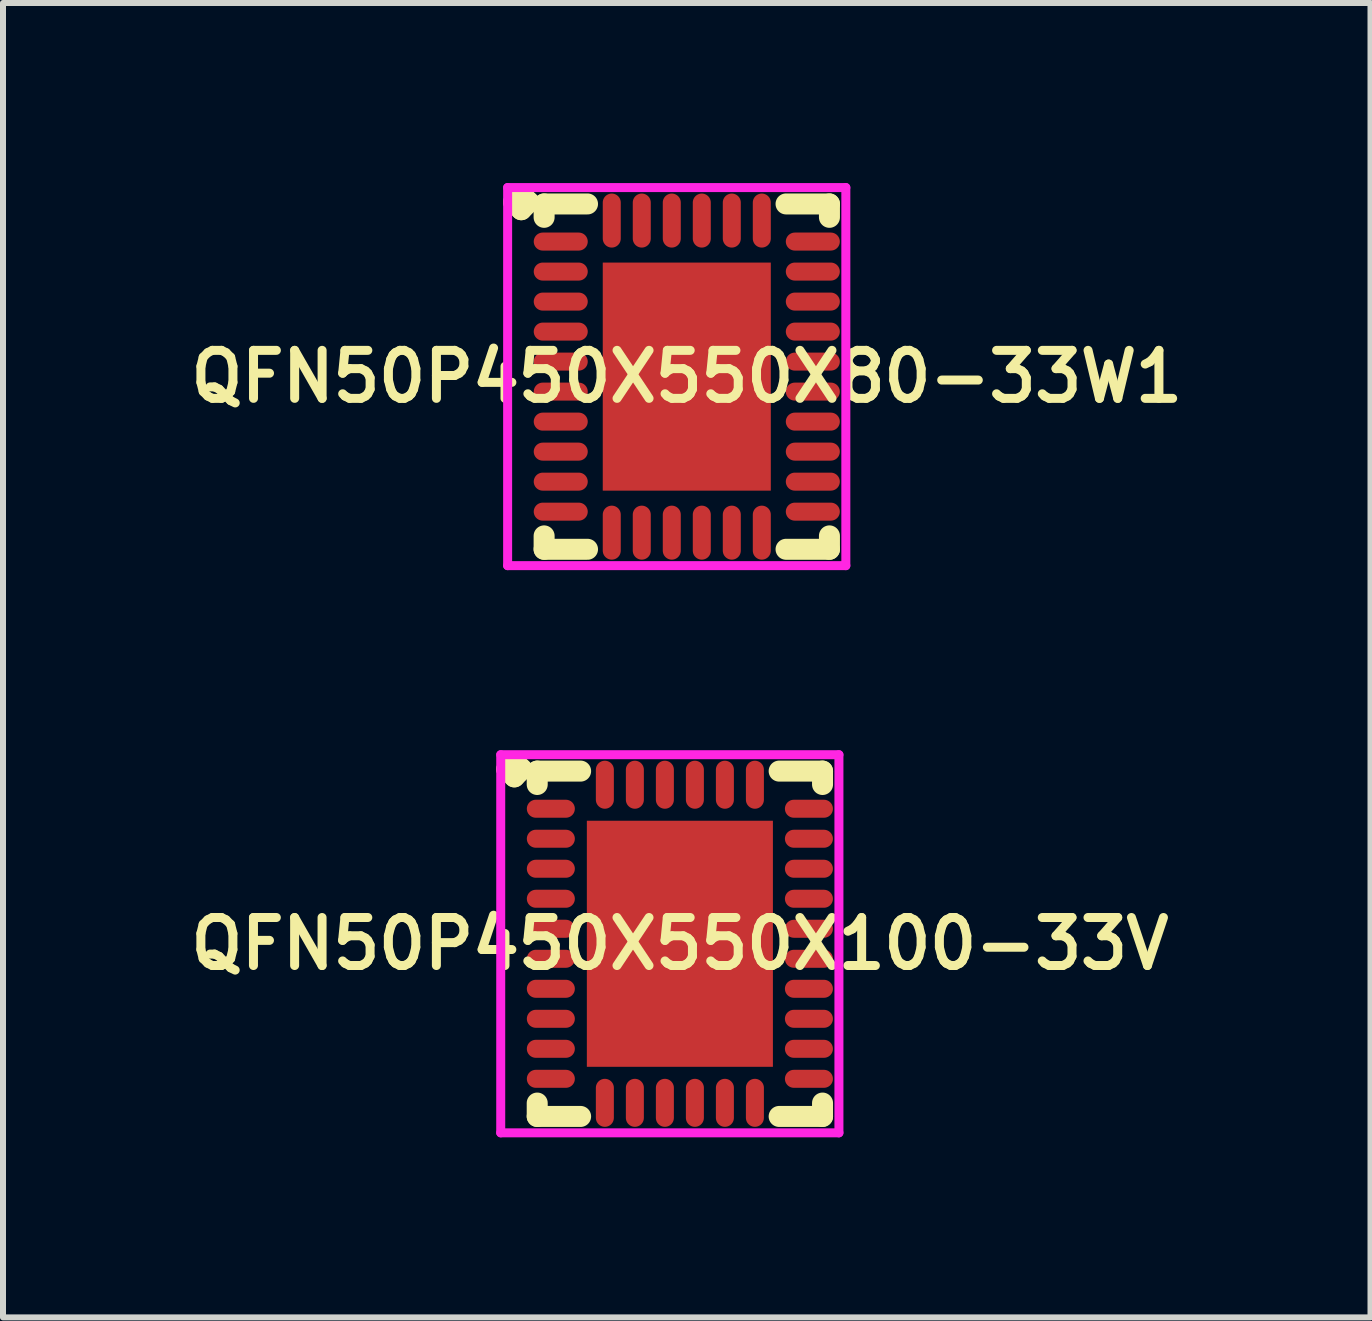
<source format=kicad_pcb>
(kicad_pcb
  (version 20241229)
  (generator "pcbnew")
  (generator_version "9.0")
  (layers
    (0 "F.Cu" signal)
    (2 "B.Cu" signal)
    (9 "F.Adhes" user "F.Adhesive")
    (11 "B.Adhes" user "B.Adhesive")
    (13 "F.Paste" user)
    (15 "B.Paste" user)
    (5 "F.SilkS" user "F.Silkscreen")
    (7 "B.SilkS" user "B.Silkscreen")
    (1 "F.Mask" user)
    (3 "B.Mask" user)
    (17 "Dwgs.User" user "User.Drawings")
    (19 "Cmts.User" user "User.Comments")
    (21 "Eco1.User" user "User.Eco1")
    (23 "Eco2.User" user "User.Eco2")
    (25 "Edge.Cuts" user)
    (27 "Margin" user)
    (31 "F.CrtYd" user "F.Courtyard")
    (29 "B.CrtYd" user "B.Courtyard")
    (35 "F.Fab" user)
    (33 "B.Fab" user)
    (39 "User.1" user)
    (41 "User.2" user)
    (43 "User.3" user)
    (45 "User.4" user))
  (footprint "QFN50P450X550X80-33W1"
    (layer "F.Cu")
    (at 8.393 3.225)
    (property "Reference" "QFN50P450X550X80-33W1" (at 0 0 0) (layer "F.SilkS") (effects (font (size 0.8 0.8) (thickness 0.15))))
    (attr smd)
    (fp_line (start -2.885 -2.908) (end -2.758 -3.035) (stroke (width 0.35) (type solid)) (layer "F.SilkS"))
    (fp_line (start -2.758 -3.035) (end -2.631 -2.908) (stroke (width 0.35) (type solid)) (layer "F.SilkS"))
    (fp_line (start -2.758 -2.781) (end -2.885 -2.908) (stroke (width 0.35) (type solid)) (layer "F.SilkS"))
    (fp_line (start -2.631 -2.908) (end -2.758 -2.781) (stroke (width 0.35) (type solid)) (layer "F.SilkS"))
    (fp_line (start -2.377 -2.877) (end -1.654 -2.877) (stroke (width 0.35) (type solid)) (layer "F.SilkS"))
    (fp_line (start -2.377 -2.654) (end -2.377 -2.877) (stroke (width 0.35) (type solid)) (layer "F.SilkS"))
    (fp_line (start -2.377 2.654) (end -2.377 2.877) (stroke (width 0.35) (type solid)) (layer "F.SilkS"))
    (fp_line (start -2.377 2.877) (end -1.654 2.877) (stroke (width 0.35) (type solid)) (layer "F.SilkS"))
    (fp_line (start 1.654 -2.877) (end 2.377 -2.877) (stroke (width 0.35) (type solid)) (layer "F.SilkS"))
    (fp_line (start 1.654 2.877) (end 2.377 2.877) (stroke (width 0.35) (type solid)) (layer "F.SilkS"))
    (fp_line (start 2.377 -2.877) (end 2.377 -2.654) (stroke (width 0.35) (type solid)) (layer "F.SilkS"))
    (fp_line (start 2.377 2.877) (end 2.377 2.654) (stroke (width 0.35) (type solid)) (layer "F.SilkS"))
    (fp_line (start -2.985 -3.15) (end 2.65 -3.15) (stroke (width 0.15) (type solid)) (layer "F.CrtYd"))
    (fp_line (start -2.985 3.15) (end -2.985 -3.15) (stroke (width 0.15) (type solid)) (layer "F.CrtYd"))
    (fp_line (start 2.65 -3.15) (end 2.65 3.15) (stroke (width 0.15) (type solid)) (layer "F.CrtYd"))
    (fp_line (start 2.65 3.15) (end -2.985 3.15) (stroke (width 0.15) (type solid)) (layer "F.CrtYd"))
    (pad "1" smd oval (at -2.1 -2.25) (size 0.9 0.3) (layers "F.Cu" "F.Mask" "F.Paste"))
    (pad "2" smd oval (at -2.1 -1.75) (size 0.9 0.3) (layers "F.Cu" "F.Mask" "F.Paste"))
    (pad "3" smd oval (at -2.1 -1.25) (size 0.9 0.3) (layers "F.Cu" "F.Mask" "F.Paste"))
    (pad "4" smd oval (at -2.1 -0.75) (size 0.9 0.3) (layers "F.Cu" "F.Mask" "F.Paste"))
    (pad "5" smd oval (at -2.1 -0.25) (size 0.9 0.3) (layers "F.Cu" "F.Mask" "F.Paste"))
    (pad "6" smd oval (at -2.1 0.25) (size 0.9 0.3) (layers "F.Cu" "F.Mask" "F.Paste"))
    (pad "7" smd oval (at -2.1 0.75) (size 0.9 0.3) (layers "F.Cu" "F.Mask" "F.Paste"))
    (pad "8" smd oval (at -2.1 1.25) (size 0.9 0.3) (layers "F.Cu" "F.Mask" "F.Paste"))
    (pad "9" smd oval (at -2.1 1.75) (size 0.9 0.3) (layers "F.Cu" "F.Mask" "F.Paste"))
    (pad "10" smd oval (at -2.1 2.25) (size 0.9 0.3) (layers "F.Cu" "F.Mask" "F.Paste"))
    (pad "11" smd oval (at -1.25 2.6) (size 0.3 0.9) (layers "F.Cu" "F.Mask" "F.Paste"))
    (pad "12" smd oval (at -0.75 2.6) (size 0.3 0.9) (layers "F.Cu" "F.Mask" "F.Paste"))
    (pad "13" smd oval (at -0.25 2.6) (size 0.3 0.9) (layers "F.Cu" "F.Mask" "F.Paste"))
    (pad "14" smd oval (at 0.25 2.6) (size 0.3 0.9) (layers "F.Cu" "F.Mask" "F.Paste"))
    (pad "15" smd oval (at 0.75 2.6) (size 0.3 0.9) (layers "F.Cu" "F.Mask" "F.Paste"))
    (pad "16" smd oval (at 1.25 2.6) (size 0.3 0.9) (layers "F.Cu" "F.Mask" "F.Paste"))
    (pad "17" smd oval (at 2.1 2.25) (size 0.9 0.3) (layers "F.Cu" "F.Mask" "F.Paste"))
    (pad "18" smd oval (at 2.1 1.75) (size 0.9 0.3) (layers "F.Cu" "F.Mask" "F.Paste"))
    (pad "19" smd oval (at 2.1 1.25) (size 0.9 0.3) (layers "F.Cu" "F.Mask" "F.Paste"))
    (pad "20" smd oval (at 2.1 0.75) (size 0.9 0.3) (layers "F.Cu" "F.Mask" "F.Paste"))
    (pad "21" smd oval (at 2.1 0.25) (size 0.9 0.3) (layers "F.Cu" "F.Mask" "F.Paste"))
    (pad "22" smd oval (at 2.1 -0.25) (size 0.9 0.3) (layers "F.Cu" "F.Mask" "F.Paste"))
    (pad "23" smd oval (at 2.1 -0.75) (size 0.9 0.3) (layers "F.Cu" "F.Mask" "F.Paste"))
    (pad "24" smd oval (at 2.1 -1.25) (size 0.9 0.3) (layers "F.Cu" "F.Mask" "F.Paste"))
    (pad "25" smd oval (at 2.1 -1.75) (size 0.9 0.3) (layers "F.Cu" "F.Mask" "F.Paste"))
    (pad "26" smd oval (at 2.1 -2.25) (size 0.9 0.3) (layers "F.Cu" "F.Mask" "F.Paste"))
    (pad "27" smd oval (at 1.25 -2.6) (size 0.3 0.9) (layers "F.Cu" "F.Mask" "F.Paste"))
    (pad "28" smd oval (at 0.75 -2.6) (size 0.3 0.9) (layers "F.Cu" "F.Mask" "F.Paste"))
    (pad "29" smd oval (at 0.25 -2.6) (size 0.3 0.9) (layers "F.Cu" "F.Mask" "F.Paste"))
    (pad "30" smd oval (at -0.25 -2.6) (size 0.3 0.9) (layers "F.Cu" "F.Mask" "F.Paste"))
    (pad "31" smd oval (at -0.75 -2.6) (size 0.3 0.9) (layers "F.Cu" "F.Mask" "F.Paste"))
    (pad "32" smd oval (at -1.25 -2.6) (size 0.3 0.9) (layers "F.Cu" "F.Mask" "F.Paste"))
    (pad "33" smd rect (at 0 0) (size 2.8 3.8) (layers "F.Cu" "F.Mask" "F.Paste")))
  (footprint "QFN50P450X550X100-33V"
    (layer "F.Cu")
    (at 8.278 12.675)
    (property "Reference" "QFN50P450X550X100-33V" (at 0 0 0) (layer "F.SilkS") (effects (font (size 0.8 0.8) (thickness 0.15))))
    (attr smd)
    (fp_line (start -2.885 -2.908) (end -2.758 -3.035) (stroke (width 0.35) (type solid)) (layer "F.SilkS"))
    (fp_line (start -2.758 -3.035) (end -2.631 -2.908) (stroke (width 0.35) (type solid)) (layer "F.SilkS"))
    (fp_line (start -2.758 -2.781) (end -2.885 -2.908) (stroke (width 0.35) (type solid)) (layer "F.SilkS"))
    (fp_line (start -2.631 -2.908) (end -2.758 -2.781) (stroke (width 0.35) (type solid)) (layer "F.SilkS"))
    (fp_line (start -2.377 -2.877) (end -1.654 -2.877) (stroke (width 0.35) (type solid)) (layer "F.SilkS"))
    (fp_line (start -2.377 -2.654) (end -2.377 -2.877) (stroke (width 0.35) (type solid)) (layer "F.SilkS"))
    (fp_line (start -2.377 2.654) (end -2.377 2.877) (stroke (width 0.35) (type solid)) (layer "F.SilkS"))
    (fp_line (start -2.377 2.877) (end -1.654 2.877) (stroke (width 0.35) (type solid)) (layer "F.SilkS"))
    (fp_line (start 1.654 -2.877) (end 2.377 -2.877) (stroke (width 0.35) (type solid)) (layer "F.SilkS"))
    (fp_line (start 1.654 2.877) (end 2.377 2.877) (stroke (width 0.35) (type solid)) (layer "F.SilkS"))
    (fp_line (start 2.377 -2.877) (end 2.377 -2.654) (stroke (width 0.35) (type solid)) (layer "F.SilkS"))
    (fp_line (start 2.377 2.877) (end 2.377 2.654) (stroke (width 0.35) (type solid)) (layer "F.SilkS"))
    (fp_line (start -2.985 -3.15) (end 2.65 -3.15) (stroke (width 0.15) (type solid)) (layer "F.CrtYd"))
    (fp_line (start -2.985 3.15) (end -2.985 -3.15) (stroke (width 0.15) (type solid)) (layer "F.CrtYd"))
    (fp_line (start 2.65 -3.15) (end 2.65 3.15) (stroke (width 0.15) (type solid)) (layer "F.CrtYd"))
    (fp_line (start 2.65 3.15) (end -2.985 3.15) (stroke (width 0.15) (type solid)) (layer "F.CrtYd"))
    (pad "1" smd oval (at -2.15 -2.25) (size 0.8 0.3) (layers "F.Cu" "F.Mask" "F.Paste"))
    (pad "2" smd oval (at -2.15 -1.75) (size 0.8 0.3) (layers "F.Cu" "F.Mask" "F.Paste"))
    (pad "3" smd oval (at -2.15 -1.25) (size 0.8 0.3) (layers "F.Cu" "F.Mask" "F.Paste"))
    (pad "4" smd oval (at -2.15 -0.75) (size 0.8 0.3) (layers "F.Cu" "F.Mask" "F.Paste"))
    (pad "5" smd oval (at -2.15 -0.25) (size 0.8 0.3) (layers "F.Cu" "F.Mask" "F.Paste"))
    (pad "6" smd oval (at -2.15 0.25) (size 0.8 0.3) (layers "F.Cu" "F.Mask" "F.Paste"))
    (pad "7" smd oval (at -2.15 0.75) (size 0.8 0.3) (layers "F.Cu" "F.Mask" "F.Paste"))
    (pad "8" smd oval (at -2.15 1.25) (size 0.8 0.3) (layers "F.Cu" "F.Mask" "F.Paste"))
    (pad "9" smd oval (at -2.15 1.75) (size 0.8 0.3) (layers "F.Cu" "F.Mask" "F.Paste"))
    (pad "10" smd oval (at -2.15 2.25) (size 0.8 0.3) (layers "F.Cu" "F.Mask" "F.Paste"))
    (pad "11" smd oval (at -1.25 2.65) (size 0.3 0.8) (layers "F.Cu" "F.Mask" "F.Paste"))
    (pad "12" smd oval (at -0.75 2.65) (size 0.3 0.8) (layers "F.Cu" "F.Mask" "F.Paste"))
    (pad "13" smd oval (at -0.25 2.65) (size 0.3 0.8) (layers "F.Cu" "F.Mask" "F.Paste"))
    (pad "14" smd oval (at 0.25 2.65) (size 0.3 0.8) (layers "F.Cu" "F.Mask" "F.Paste"))
    (pad "15" smd oval (at 0.75 2.65) (size 0.3 0.8) (layers "F.Cu" "F.Mask" "F.Paste"))
    (pad "16" smd oval (at 1.25 2.65) (size 0.3 0.8) (layers "F.Cu" "F.Mask" "F.Paste"))
    (pad "17" smd oval (at 2.15 2.25) (size 0.8 0.3) (layers "F.Cu" "F.Mask" "F.Paste"))
    (pad "18" smd oval (at 2.15 1.75) (size 0.8 0.3) (layers "F.Cu" "F.Mask" "F.Paste"))
    (pad "19" smd oval (at 2.15 1.25) (size 0.8 0.3) (layers "F.Cu" "F.Mask" "F.Paste"))
    (pad "20" smd oval (at 2.15 0.75) (size 0.8 0.3) (layers "F.Cu" "F.Mask" "F.Paste"))
    (pad "21" smd oval (at 2.15 0.25) (size 0.8 0.3) (layers "F.Cu" "F.Mask" "F.Paste"))
    (pad "22" smd oval (at 2.15 -0.25) (size 0.8 0.3) (layers "F.Cu" "F.Mask" "F.Paste"))
    (pad "23" smd oval (at 2.15 -0.75) (size 0.8 0.3) (layers "F.Cu" "F.Mask" "F.Paste"))
    (pad "24" smd oval (at 2.15 -1.25) (size 0.8 0.3) (layers "F.Cu" "F.Mask" "F.Paste"))
    (pad "25" smd oval (at 2.15 -1.75) (size 0.8 0.3) (layers "F.Cu" "F.Mask" "F.Paste"))
    (pad "26" smd oval (at 2.15 -2.25) (size 0.8 0.3) (layers "F.Cu" "F.Mask" "F.Paste"))
    (pad "27" smd oval (at 1.25 -2.65) (size 0.3 0.8) (layers "F.Cu" "F.Mask" "F.Paste"))
    (pad "28" smd oval (at 0.75 -2.65) (size 0.3 0.8) (layers "F.Cu" "F.Mask" "F.Paste"))
    (pad "29" smd oval (at 0.25 -2.65) (size 0.3 0.8) (layers "F.Cu" "F.Mask" "F.Paste"))
    (pad "30" smd oval (at -0.25 -2.65) (size 0.3 0.8) (layers "F.Cu" "F.Mask" "F.Paste"))
    (pad "31" smd oval (at -0.75 -2.65) (size 0.3 0.8) (layers "F.Cu" "F.Mask" "F.Paste"))
    (pad "32" smd oval (at -1.25 -2.65) (size 0.3 0.8) (layers "F.Cu" "F.Mask" "F.Paste"))
    (pad "33" smd rect (at 0 0) (size 3.1 4.1) (layers "F.Cu" "F.Mask" "F.Paste")))
  (gr_rect
    (start -3 -3)
    (end 19.785 18.9)
    (stroke (width 0.1) (type default))
    (fill no)
    (layer "Edge.Cuts")))
</source>
